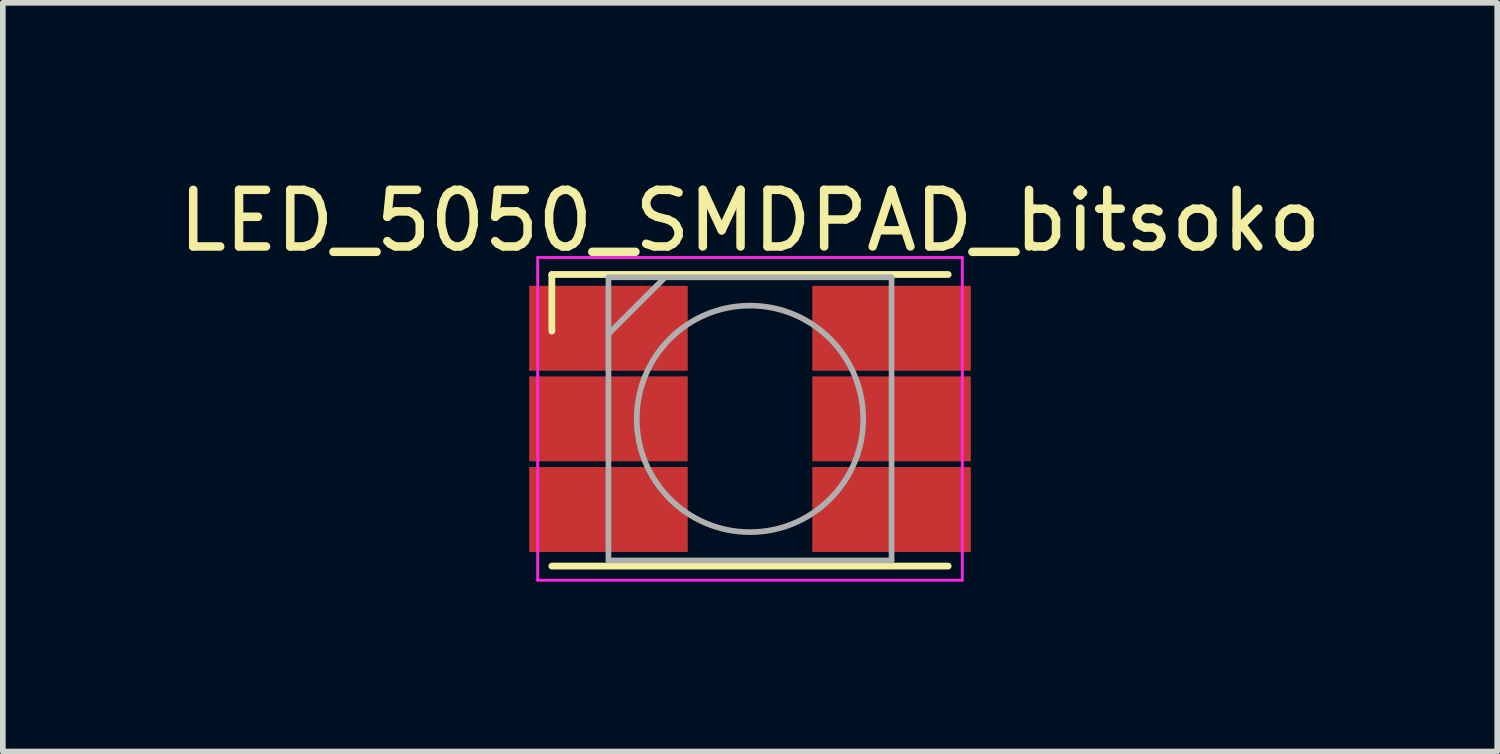
<source format=kicad_pcb>
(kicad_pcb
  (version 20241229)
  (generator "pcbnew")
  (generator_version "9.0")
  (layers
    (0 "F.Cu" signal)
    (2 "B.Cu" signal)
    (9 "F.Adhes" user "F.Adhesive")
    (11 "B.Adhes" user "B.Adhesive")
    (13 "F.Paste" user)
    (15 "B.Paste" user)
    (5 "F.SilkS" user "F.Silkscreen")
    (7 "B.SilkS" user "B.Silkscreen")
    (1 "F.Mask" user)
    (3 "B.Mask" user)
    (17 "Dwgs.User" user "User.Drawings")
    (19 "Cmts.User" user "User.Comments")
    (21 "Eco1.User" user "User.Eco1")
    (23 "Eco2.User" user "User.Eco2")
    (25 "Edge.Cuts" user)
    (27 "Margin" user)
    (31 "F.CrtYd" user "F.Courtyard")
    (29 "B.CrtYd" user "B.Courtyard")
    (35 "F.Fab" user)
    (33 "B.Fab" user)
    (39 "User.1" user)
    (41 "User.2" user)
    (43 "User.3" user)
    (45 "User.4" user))
  (footprint "LED_5050_SMDPAD_bitsoko"
    (layer "F.Cu")
    (at 10.196 4.348)
    (property "Reference" "LED_5050_SMDPAD_bitsoko" (at 0 -3.5 0) (layer "F.SilkS") (effects (font (size 1 1) (thickness 0.15))))
    (attr smd)
    (fp_line (start -3.5 -2.55) (end 3.5 -2.55) (stroke (width 0.12) (type solid)) (layer "F.SilkS"))
    (fp_line (start -3.5 -1.55) (end -3.5 -2.55) (stroke (width 0.12) (type solid)) (layer "F.SilkS"))
    (fp_line (start -3.5 2.6) (end 3.5 2.6) (stroke (width 0.12) (type solid)) (layer "F.SilkS"))
    (fp_line (start -3.75 -2.85) (end -3.75 2.85) (stroke (width 0.05) (type solid)) (layer "F.CrtYd"))
    (fp_line (start -3.75 2.85) (end 3.75 2.85) (stroke (width 0.05) (type solid)) (layer "F.CrtYd"))
    (fp_line (start 3.75 -2.85) (end -3.75 -2.85) (stroke (width 0.05) (type solid)) (layer "F.CrtYd"))
    (fp_line (start 3.75 2.85) (end 3.75 -2.85) (stroke (width 0.05) (type solid)) (layer "F.CrtYd"))
    (fp_line (start -2.5 -2.5) (end 2.5 -2.5) (stroke (width 0.1) (type solid)) (layer "F.Fab"))
    (fp_line (start -2.5 -1.5) (end -1.5 -2.5) (stroke (width 0.1) (type solid)) (layer "F.Fab"))
    (fp_line (start -2.5 2.5) (end -2.5 -2.5) (stroke (width 0.1) (type solid)) (layer "F.Fab"))
    (fp_line (start 2.5 -2.5) (end 2.5 2.5) (stroke (width 0.1) (type solid)) (layer "F.Fab"))
    (fp_line (start 2.5 2.5) (end -2.5 2.5) (stroke (width 0.1) (type solid)) (layer "F.Fab"))
    (fp_circle (center 0 0) (end 0 -2) (stroke (width 0.1) (type solid)) (fill no) (layer "F.Fab"))
    (pad "1" smd rect (at -2.5 -1.6) (size 2.8 1.5) (layers "F.Cu" "F.Mask" "F.Paste"))
    (pad "2" smd rect (at -2.5 0) (size 2.8 1.5) (layers "F.Cu" "F.Mask" "F.Paste"))
    (pad "3" smd rect (at -2.5 1.6) (size 2.8 1.5) (layers "F.Cu" "F.Mask" "F.Paste"))
    (pad "4" smd rect (at 2.5 1.6) (size 2.8 1.5) (layers "F.Cu" "F.Mask" "F.Paste"))
    (pad "5" smd rect (at 2.5 0) (size 2.8 1.5) (layers "F.Cu" "F.Mask" "F.Paste"))
    (pad "6" smd rect (at 2.5 -1.6) (size 2.8 1.5) (layers "F.Cu" "F.Mask" "F.Paste")))
  (gr_rect
    (start -3 -3)
    (end 23.393 10.223)
    (stroke (width 0.1) (type default))
    (fill no)
    (layer "Edge.Cuts")))
</source>
